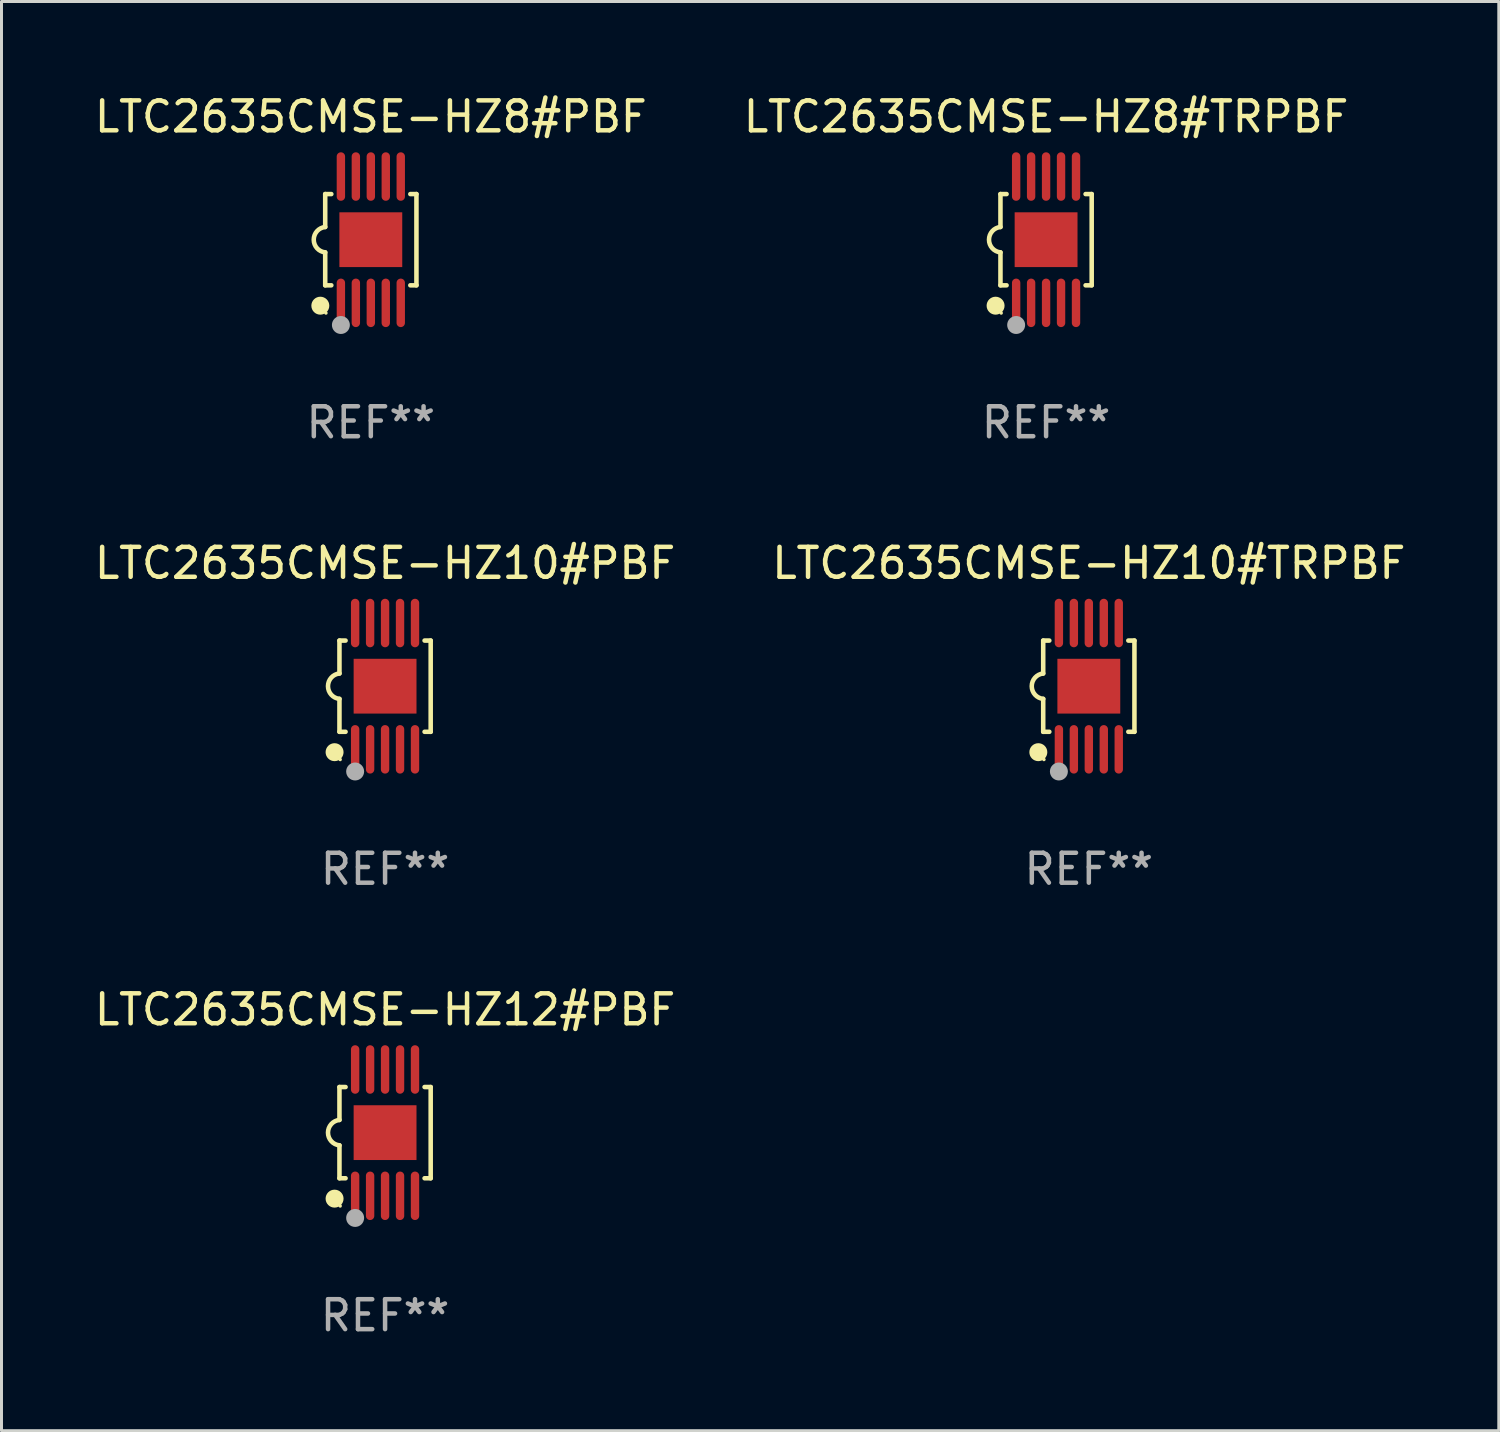
<source format=kicad_pcb>
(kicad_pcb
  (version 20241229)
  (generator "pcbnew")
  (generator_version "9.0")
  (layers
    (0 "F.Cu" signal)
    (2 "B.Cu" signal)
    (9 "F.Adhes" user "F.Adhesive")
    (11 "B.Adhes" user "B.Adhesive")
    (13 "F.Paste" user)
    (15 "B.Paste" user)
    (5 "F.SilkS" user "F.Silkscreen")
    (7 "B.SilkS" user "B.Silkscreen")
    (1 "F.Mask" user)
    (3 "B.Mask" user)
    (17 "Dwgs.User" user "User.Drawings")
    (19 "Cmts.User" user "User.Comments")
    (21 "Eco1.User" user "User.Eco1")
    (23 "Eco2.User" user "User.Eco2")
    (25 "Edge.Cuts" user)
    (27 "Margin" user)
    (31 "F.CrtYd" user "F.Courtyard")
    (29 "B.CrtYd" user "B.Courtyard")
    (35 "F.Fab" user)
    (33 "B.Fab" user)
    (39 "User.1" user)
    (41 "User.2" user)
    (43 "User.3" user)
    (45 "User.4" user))
  (footprint "LTC2635CMSE-HZ12#PBF"
    (layer "F.Cu")
    (at 9.815 34.791)
    (property "Reference" "LTC2635CMSE-HZ12#PBF" (at 0 -4.11 0) (layer "F.SilkS") (effects (font (size 1 1) (thickness 0.15))))
    (attr through_hole)
    (fp_line (start -1.524 -1.524) (end -1.524 -0.424) (stroke (width 0.152) (type solid)) (layer "F.SilkS"))
    (fp_line (start -1.524 1.524) (end -1.524 0.424) (stroke (width 0.152) (type solid)) (layer "F.SilkS"))
    (fp_line (start -1.524 1.524) (end -1.32 1.524) (stroke (width 0.152) (type solid)) (layer "F.SilkS"))
    (fp_line (start -1.32 -1.524) (end -1.524 -1.524) (stroke (width 0.152) (type solid)) (layer "F.SilkS"))
    (fp_line (start 1.32 1.524) (end 1.524 1.524) (stroke (width 0.152) (type solid)) (layer "F.SilkS"))
    (fp_line (start 1.524 -1.524) (end 1.32 -1.524) (stroke (width 0.152) (type solid)) (layer "F.SilkS"))
    (fp_line (start 1.524 1.524) (end 1.524 -1.524) (stroke (width 0.152) (type solid)) (layer "F.SilkS"))
    (fp_arc (start -1.524003 0.424003) (mid -1.906663 -0.000089) (end -1.524004 -0.424181) (stroke (width 0.151994) (type solid)) (layer "F.SilkS"))
    (fp_circle (center -1.687 2.205) (end -1.537 2.205) (stroke (width 0.3) (type solid)) (fill no) (layer "F.SilkS"))
    (fp_circle (center -1.5 2.45) (end -1.47 2.45) (stroke (width 0.06) (type solid)) (fill no) (layer "F.SilkS"))
    (fp_circle (center -1 2.85) (end -0.85 2.85) (stroke (width 0.3) (type solid)) (fill no) (layer "F.Fab"))
    (fp_text user "REF**" (at 0 6.11 0) (layer "F.Fab") (effects (font (size 1 1) (thickness 0.15))))
    (pad "1" smd oval (at -1 2.11) (size 0.28 1.62) (layers "F.Cu" "F.Mask" "F.Paste"))
    (pad "2" smd oval (at -0.5 2.11) (size 0.28 1.62) (layers "F.Cu" "F.Mask" "F.Paste"))
    (pad "3" smd oval (at 0 2.11) (size 0.28 1.62) (layers "F.Cu" "F.Mask" "F.Paste"))
    (pad "4" smd oval (at 0.5 2.11) (size 0.28 1.62) (layers "F.Cu" "F.Mask" "F.Paste"))
    (pad "5" smd oval (at 1 2.11) (size 0.28 1.62) (layers "F.Cu" "F.Mask" "F.Paste"))
    (pad "6" smd oval (at 1 -2.11) (size 0.28 1.62) (layers "F.Cu" "F.Mask" "F.Paste"))
    (pad "7" smd oval (at 0.5 -2.11) (size 0.28 1.62) (layers "F.Cu" "F.Mask" "F.Paste"))
    (pad "8" smd oval (at 0 -2.11) (size 0.28 1.62) (layers "F.Cu" "F.Mask" "F.Paste"))
    (pad "9" smd oval (at -0.5 -2.11) (size 0.28 1.62) (layers "F.Cu" "F.Mask" "F.Paste"))
    (pad "10" smd oval (at -1 -2.11) (size 0.28 1.62) (layers "F.Cu" "F.Mask" "F.Paste"))
    (pad "11" smd rect (at 0 0) (size 2.1 1.83) (layers "F.Cu" "F.Mask" "F.Paste")))
  (footprint "LTC2635CMSE-HZ8#TRPBF"
    (layer "F.Cu")
    (at 31.899 4.958)
    (property "Reference" "LTC2635CMSE-HZ8#TRPBF" (at 0 -4.11 0) (layer "F.SilkS") (effects (font (size 1 1) (thickness 0.15))))
    (attr through_hole)
    (fp_line (start -1.524 -1.524) (end -1.524 -0.424) (stroke (width 0.152) (type solid)) (layer "F.SilkS"))
    (fp_line (start -1.524 1.524) (end -1.524 0.424) (stroke (width 0.152) (type solid)) (layer "F.SilkS"))
    (fp_line (start -1.524 1.524) (end -1.32 1.524) (stroke (width 0.152) (type solid)) (layer "F.SilkS"))
    (fp_line (start -1.32 -1.524) (end -1.524 -1.524) (stroke (width 0.152) (type solid)) (layer "F.SilkS"))
    (fp_line (start 1.32 1.524) (end 1.524 1.524) (stroke (width 0.152) (type solid)) (layer "F.SilkS"))
    (fp_line (start 1.524 -1.524) (end 1.32 -1.524) (stroke (width 0.152) (type solid)) (layer "F.SilkS"))
    (fp_line (start 1.524 1.524) (end 1.524 -1.524) (stroke (width 0.152) (type solid)) (layer "F.SilkS"))
    (fp_arc (start -1.524003 0.424003) (mid -1.906663 -0.000089) (end -1.524004 -0.424181) (stroke (width 0.151994) (type solid)) (layer "F.SilkS"))
    (fp_circle (center -1.687 2.205) (end -1.537 2.205) (stroke (width 0.3) (type solid)) (fill no) (layer "F.SilkS"))
    (fp_circle (center -1.5 2.45) (end -1.47 2.45) (stroke (width 0.06) (type solid)) (fill no) (layer "F.SilkS"))
    (fp_circle (center -1 2.85) (end -0.85 2.85) (stroke (width 0.3) (type solid)) (fill no) (layer "F.Fab"))
    (fp_text user "REF**" (at 0 6.11 0) (layer "F.Fab") (effects (font (size 1 1) (thickness 0.15))))
    (pad "1" smd oval (at -1 2.11) (size 0.28 1.62) (layers "F.Cu" "F.Mask" "F.Paste"))
    (pad "2" smd oval (at -0.5 2.11) (size 0.28 1.62) (layers "F.Cu" "F.Mask" "F.Paste"))
    (pad "3" smd oval (at 0 2.11) (size 0.28 1.62) (layers "F.Cu" "F.Mask" "F.Paste"))
    (pad "4" smd oval (at 0.5 2.11) (size 0.28 1.62) (layers "F.Cu" "F.Mask" "F.Paste"))
    (pad "5" smd oval (at 1 2.11) (size 0.28 1.62) (layers "F.Cu" "F.Mask" "F.Paste"))
    (pad "6" smd oval (at 1 -2.11) (size 0.28 1.62) (layers "F.Cu" "F.Mask" "F.Paste"))
    (pad "7" smd oval (at 0.5 -2.11) (size 0.28 1.62) (layers "F.Cu" "F.Mask" "F.Paste"))
    (pad "8" smd oval (at 0 -2.11) (size 0.28 1.62) (layers "F.Cu" "F.Mask" "F.Paste"))
    (pad "9" smd oval (at -0.5 -2.11) (size 0.28 1.62) (layers "F.Cu" "F.Mask" "F.Paste"))
    (pad "10" smd oval (at -1 -2.11) (size 0.28 1.62) (layers "F.Cu" "F.Mask" "F.Paste"))
    (pad "11" smd rect (at 0 0) (size 2.1 1.83) (layers "F.Cu" "F.Mask" "F.Paste")))
  (footprint "LTC2635CMSE-HZ10#TRPBF"
    (layer "F.Cu")
    (at 33.327 19.875)
    (property "Reference" "LTC2635CMSE-HZ10#TRPBF" (at 0 -4.11 0) (layer "F.SilkS") (effects (font (size 1 1) (thickness 0.15))))
    (attr through_hole)
    (fp_line (start -1.524 -1.524) (end -1.524 -0.424) (stroke (width 0.152) (type solid)) (layer "F.SilkS"))
    (fp_line (start -1.524 1.524) (end -1.524 0.424) (stroke (width 0.152) (type solid)) (layer "F.SilkS"))
    (fp_line (start -1.524 1.524) (end -1.32 1.524) (stroke (width 0.152) (type solid)) (layer "F.SilkS"))
    (fp_line (start -1.32 -1.524) (end -1.524 -1.524) (stroke (width 0.152) (type solid)) (layer "F.SilkS"))
    (fp_line (start 1.32 1.524) (end 1.524 1.524) (stroke (width 0.152) (type solid)) (layer "F.SilkS"))
    (fp_line (start 1.524 -1.524) (end 1.32 -1.524) (stroke (width 0.152) (type solid)) (layer "F.SilkS"))
    (fp_line (start 1.524 1.524) (end 1.524 -1.524) (stroke (width 0.152) (type solid)) (layer "F.SilkS"))
    (fp_arc (start -1.524003 0.424003) (mid -1.906663 -0.000089) (end -1.524004 -0.424181) (stroke (width 0.151994) (type solid)) (layer "F.SilkS"))
    (fp_circle (center -1.687 2.205) (end -1.537 2.205) (stroke (width 0.3) (type solid)) (fill no) (layer "F.SilkS"))
    (fp_circle (center -1.5 2.45) (end -1.47 2.45) (stroke (width 0.06) (type solid)) (fill no) (layer "F.SilkS"))
    (fp_circle (center -1 2.85) (end -0.85 2.85) (stroke (width 0.3) (type solid)) (fill no) (layer "F.Fab"))
    (fp_text user "REF**" (at 0 6.11 0) (layer "F.Fab") (effects (font (size 1 1) (thickness 0.15))))
    (pad "1" smd oval (at -1 2.11) (size 0.28 1.62) (layers "F.Cu" "F.Mask" "F.Paste"))
    (pad "2" smd oval (at -0.5 2.11) (size 0.28 1.62) (layers "F.Cu" "F.Mask" "F.Paste"))
    (pad "3" smd oval (at 0 2.11) (size 0.28 1.62) (layers "F.Cu" "F.Mask" "F.Paste"))
    (pad "4" smd oval (at 0.5 2.11) (size 0.28 1.62) (layers "F.Cu" "F.Mask" "F.Paste"))
    (pad "5" smd oval (at 1 2.11) (size 0.28 1.62) (layers "F.Cu" "F.Mask" "F.Paste"))
    (pad "6" smd oval (at 1 -2.11) (size 0.28 1.62) (layers "F.Cu" "F.Mask" "F.Paste"))
    (pad "7" smd oval (at 0.5 -2.11) (size 0.28 1.62) (layers "F.Cu" "F.Mask" "F.Paste"))
    (pad "8" smd oval (at 0 -2.11) (size 0.28 1.62) (layers "F.Cu" "F.Mask" "F.Paste"))
    (pad "9" smd oval (at -0.5 -2.11) (size 0.28 1.62) (layers "F.Cu" "F.Mask" "F.Paste"))
    (pad "10" smd oval (at -1 -2.11) (size 0.28 1.62) (layers "F.Cu" "F.Mask" "F.Paste"))
    (pad "11" smd rect (at 0 0) (size 2.1 1.83) (layers "F.Cu" "F.Mask" "F.Paste")))
  (footprint "LTC2635CMSE-HZ10#PBF"
    (layer "F.Cu")
    (at 9.815 19.875)
    (property "Reference" "LTC2635CMSE-HZ10#PBF" (at 0 -4.11 0) (layer "F.SilkS") (effects (font (size 1 1) (thickness 0.15))))
    (attr through_hole)
    (fp_line (start -1.524 -1.524) (end -1.524 -0.424) (stroke (width 0.152) (type solid)) (layer "F.SilkS"))
    (fp_line (start -1.524 1.524) (end -1.524 0.424) (stroke (width 0.152) (type solid)) (layer "F.SilkS"))
    (fp_line (start -1.524 1.524) (end -1.32 1.524) (stroke (width 0.152) (type solid)) (layer "F.SilkS"))
    (fp_line (start -1.32 -1.524) (end -1.524 -1.524) (stroke (width 0.152) (type solid)) (layer "F.SilkS"))
    (fp_line (start 1.32 1.524) (end 1.524 1.524) (stroke (width 0.152) (type solid)) (layer "F.SilkS"))
    (fp_line (start 1.524 -1.524) (end 1.32 -1.524) (stroke (width 0.152) (type solid)) (layer "F.SilkS"))
    (fp_line (start 1.524 1.524) (end 1.524 -1.524) (stroke (width 0.152) (type solid)) (layer "F.SilkS"))
    (fp_arc (start -1.524003 0.424003) (mid -1.906663 -0.000089) (end -1.524004 -0.424181) (stroke (width 0.151994) (type solid)) (layer "F.SilkS"))
    (fp_circle (center -1.687 2.205) (end -1.537 2.205) (stroke (width 0.3) (type solid)) (fill no) (layer "F.SilkS"))
    (fp_circle (center -1.5 2.45) (end -1.47 2.45) (stroke (width 0.06) (type solid)) (fill no) (layer "F.SilkS"))
    (fp_circle (center -1 2.85) (end -0.85 2.85) (stroke (width 0.3) (type solid)) (fill no) (layer "F.Fab"))
    (fp_text user "REF**" (at 0 6.11 0) (layer "F.Fab") (effects (font (size 1 1) (thickness 0.15))))
    (pad "1" smd oval (at -1 2.11) (size 0.28 1.62) (layers "F.Cu" "F.Mask" "F.Paste"))
    (pad "2" smd oval (at -0.5 2.11) (size 0.28 1.62) (layers "F.Cu" "F.Mask" "F.Paste"))
    (pad "3" smd oval (at 0 2.11) (size 0.28 1.62) (layers "F.Cu" "F.Mask" "F.Paste"))
    (pad "4" smd oval (at 0.5 2.11) (size 0.28 1.62) (layers "F.Cu" "F.Mask" "F.Paste"))
    (pad "5" smd oval (at 1 2.11) (size 0.28 1.62) (layers "F.Cu" "F.Mask" "F.Paste"))
    (pad "6" smd oval (at 1 -2.11) (size 0.28 1.62) (layers "F.Cu" "F.Mask" "F.Paste"))
    (pad "7" smd oval (at 0.5 -2.11) (size 0.28 1.62) (layers "F.Cu" "F.Mask" "F.Paste"))
    (pad "8" smd oval (at 0 -2.11) (size 0.28 1.62) (layers "F.Cu" "F.Mask" "F.Paste"))
    (pad "9" smd oval (at -0.5 -2.11) (size 0.28 1.62) (layers "F.Cu" "F.Mask" "F.Paste"))
    (pad "10" smd oval (at -1 -2.11) (size 0.28 1.62) (layers "F.Cu" "F.Mask" "F.Paste"))
    (pad "11" smd rect (at 0 0) (size 2.1 1.83) (layers "F.Cu" "F.Mask" "F.Paste")))
  (footprint "LTC2635CMSE-HZ8#PBF"
    (layer "F.Cu")
    (at 9.339 4.958)
    (property "Reference" "LTC2635CMSE-HZ8#PBF" (at 0 -4.11 0) (layer "F.SilkS") (effects (font (size 1 1) (thickness 0.15))))
    (attr through_hole)
    (fp_line (start -1.524 -1.524) (end -1.524 -0.424) (stroke (width 0.152) (type solid)) (layer "F.SilkS"))
    (fp_line (start -1.524 1.524) (end -1.524 0.424) (stroke (width 0.152) (type solid)) (layer "F.SilkS"))
    (fp_line (start -1.524 1.524) (end -1.32 1.524) (stroke (width 0.152) (type solid)) (layer "F.SilkS"))
    (fp_line (start -1.32 -1.524) (end -1.524 -1.524) (stroke (width 0.152) (type solid)) (layer "F.SilkS"))
    (fp_line (start 1.32 1.524) (end 1.524 1.524) (stroke (width 0.152) (type solid)) (layer "F.SilkS"))
    (fp_line (start 1.524 -1.524) (end 1.32 -1.524) (stroke (width 0.152) (type solid)) (layer "F.SilkS"))
    (fp_line (start 1.524 1.524) (end 1.524 -1.524) (stroke (width 0.152) (type solid)) (layer "F.SilkS"))
    (fp_arc (start -1.524003 0.424003) (mid -1.906663 -0.000089) (end -1.524004 -0.424181) (stroke (width 0.151994) (type solid)) (layer "F.SilkS"))
    (fp_circle (center -1.687 2.205) (end -1.537 2.205) (stroke (width 0.3) (type solid)) (fill no) (layer "F.SilkS"))
    (fp_circle (center -1.5 2.45) (end -1.47 2.45) (stroke (width 0.06) (type solid)) (fill no) (layer "F.SilkS"))
    (fp_circle (center -1 2.85) (end -0.85 2.85) (stroke (width 0.3) (type solid)) (fill no) (layer "F.Fab"))
    (fp_text user "REF**" (at 0 6.11 0) (layer "F.Fab") (effects (font (size 1 1) (thickness 0.15))))
    (pad "1" smd oval (at -1 2.11) (size 0.28 1.62) (layers "F.Cu" "F.Mask" "F.Paste"))
    (pad "2" smd oval (at -0.5 2.11) (size 0.28 1.62) (layers "F.Cu" "F.Mask" "F.Paste"))
    (pad "3" smd oval (at 0 2.11) (size 0.28 1.62) (layers "F.Cu" "F.Mask" "F.Paste"))
    (pad "4" smd oval (at 0.5 2.11) (size 0.28 1.62) (layers "F.Cu" "F.Mask" "F.Paste"))
    (pad "5" smd oval (at 1 2.11) (size 0.28 1.62) (layers "F.Cu" "F.Mask" "F.Paste"))
    (pad "6" smd oval (at 1 -2.11) (size 0.28 1.62) (layers "F.Cu" "F.Mask" "F.Paste"))
    (pad "7" smd oval (at 0.5 -2.11) (size 0.28 1.62) (layers "F.Cu" "F.Mask" "F.Paste"))
    (pad "8" smd oval (at 0 -2.11) (size 0.28 1.62) (layers "F.Cu" "F.Mask" "F.Paste"))
    (pad "9" smd oval (at -0.5 -2.11) (size 0.28 1.62) (layers "F.Cu" "F.Mask" "F.Paste"))
    (pad "10" smd oval (at -1 -2.11) (size 0.28 1.62) (layers "F.Cu" "F.Mask" "F.Paste"))
    (pad "11" smd rect (at 0 0) (size 2.1 1.83) (layers "F.Cu" "F.Mask" "F.Paste")))
  (gr_rect
    (start -3 -3)
    (end 47.024 44.749)
    (stroke (width 0.1) (type default))
    (fill no)
    (layer "Edge.Cuts")))
</source>
